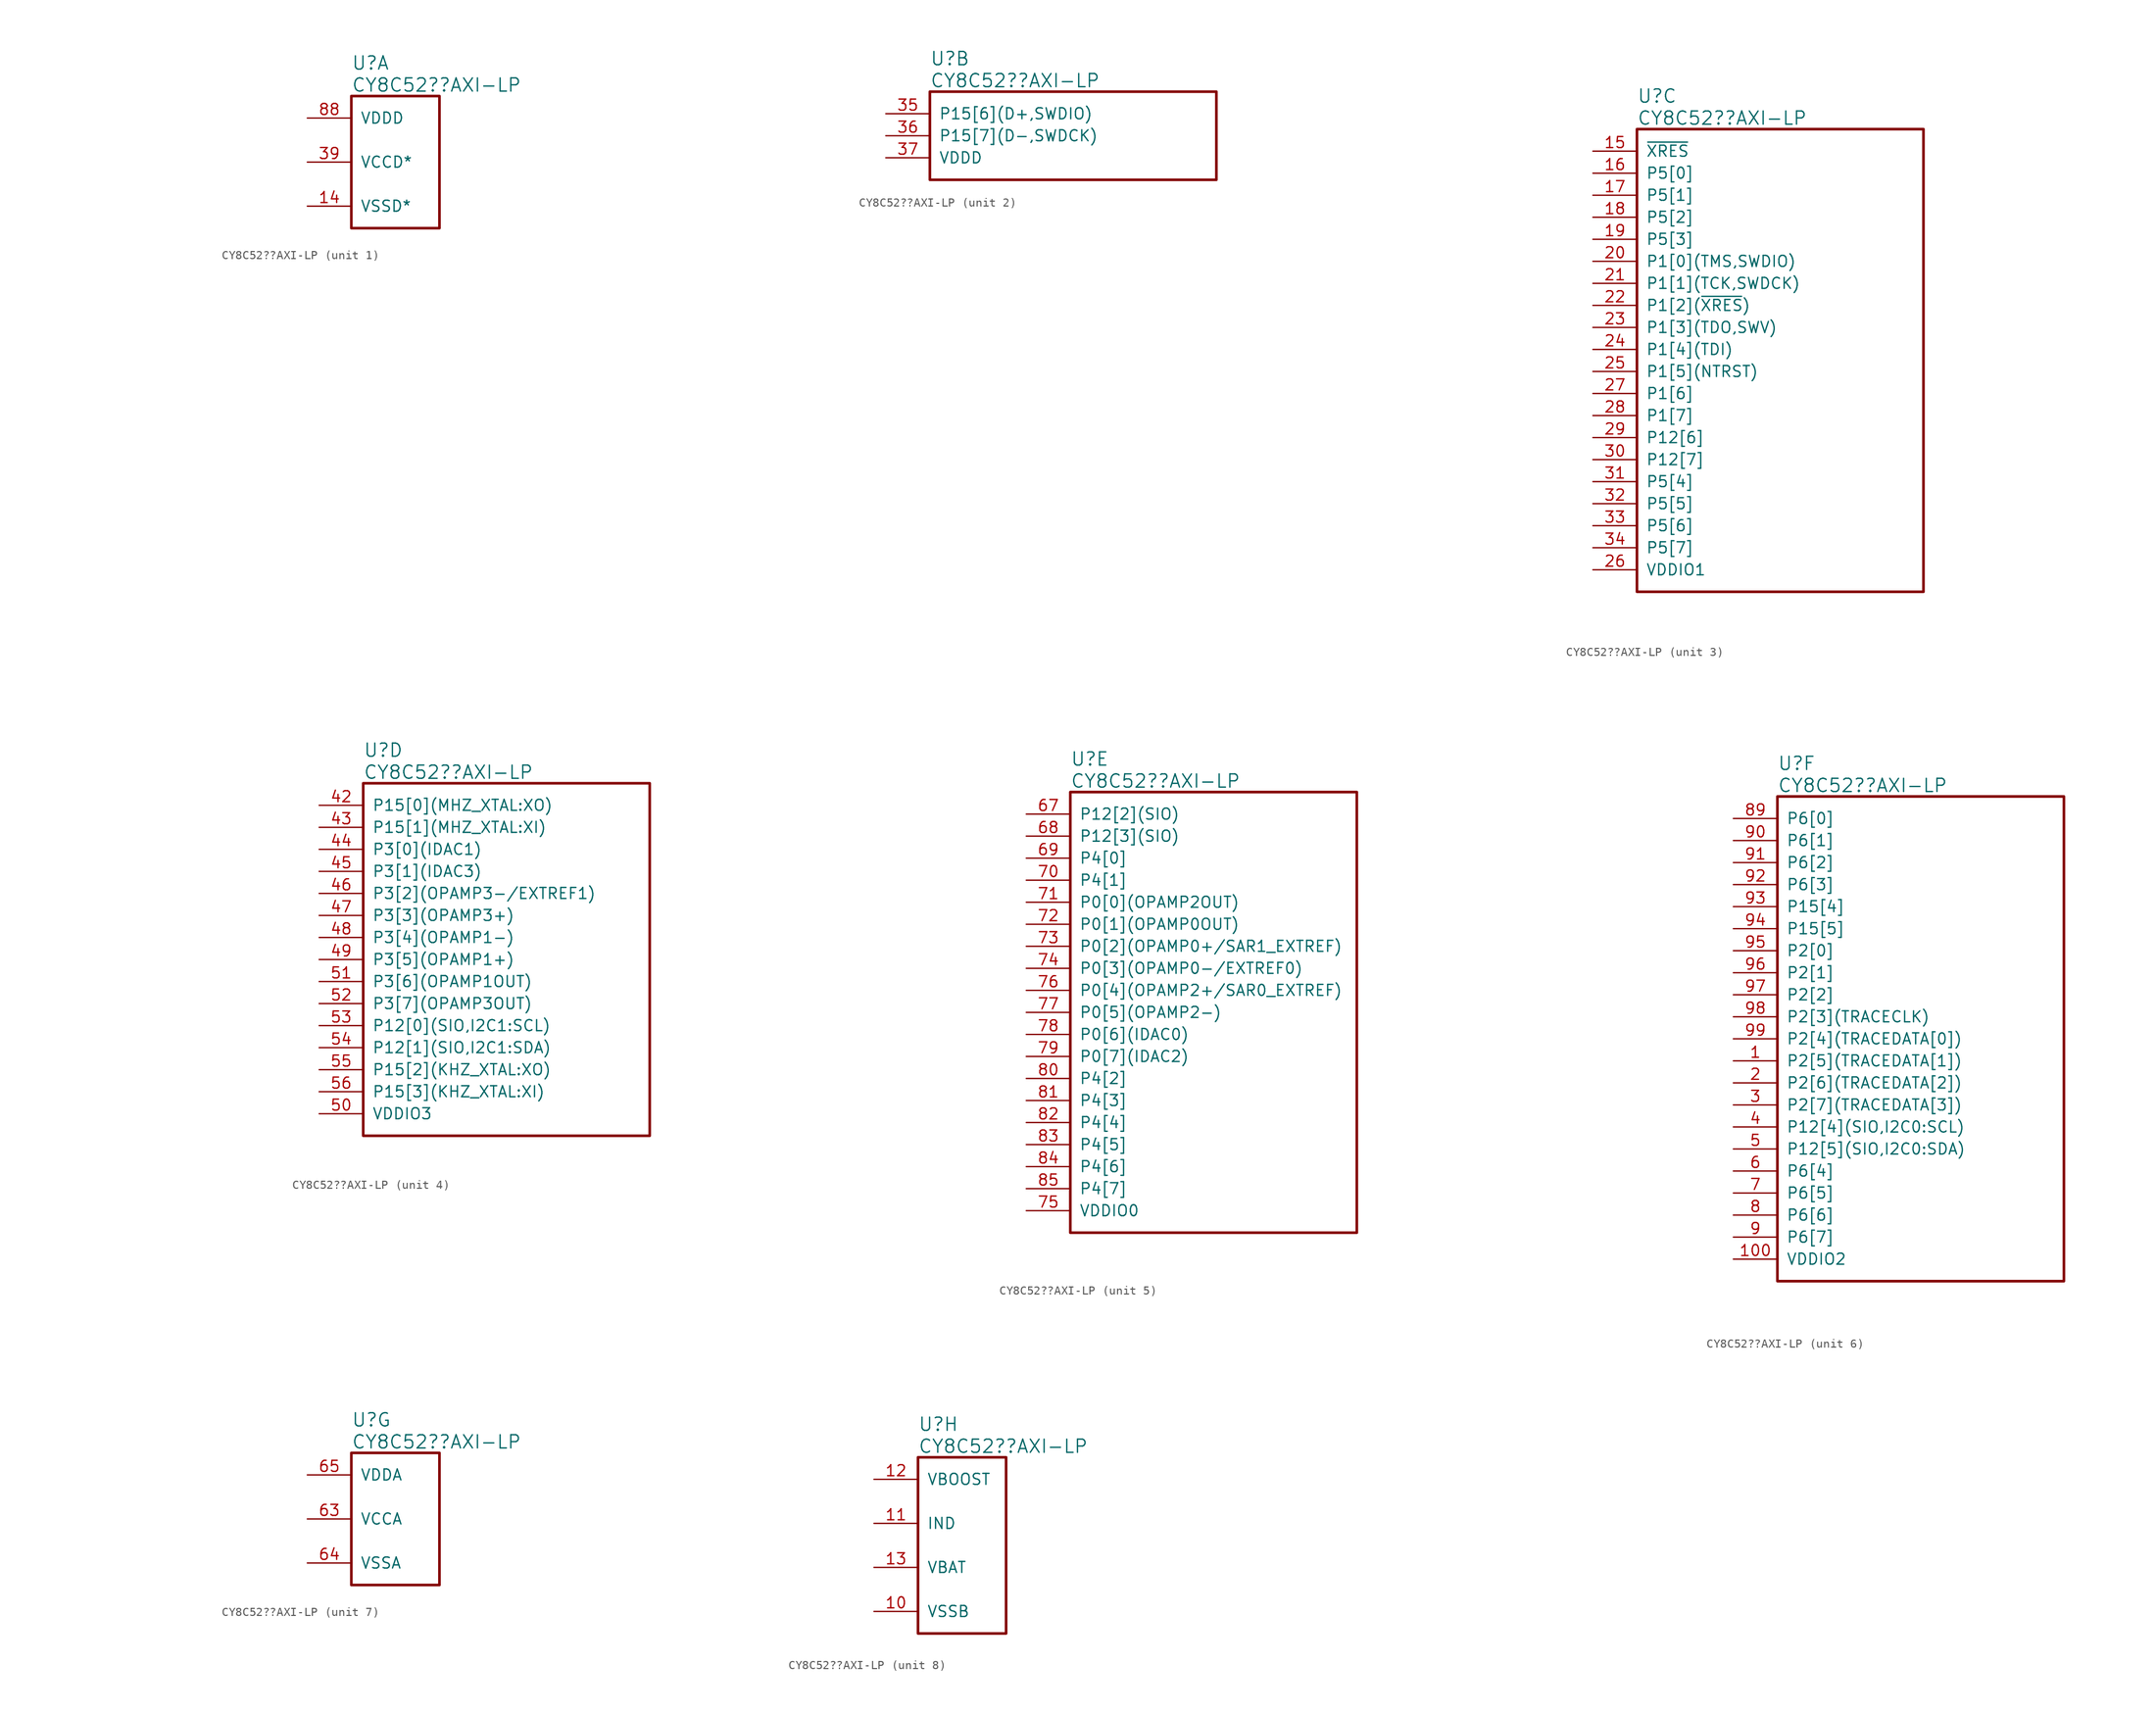
<source format=kicad_sym>
(kicad_symbol_lib
  (version 20241209)
  (generator "kicad_symbol_editor")
  (generator_version "9.0")
  (symbol "CY8C52??AXI-LP"
    (pin_names
      (offset 1.016))
    (property "Reference" "U"
      (at 5.08 6.35 0)
      (effects (font (size 1.524 1.524)) (justify left)))
    (property "Value" "CY8C52??AXI-LP"
      (at 5.08 3.81 0)
      (effects (font (size 1.524 1.524)) (justify left)))
    (property "Footprint" ""
      (at -26.035 -3.175 0)
      (effects (font (size 1.524 1.524))))
    (property "Datasheet" ""
      (at -26.035 -3.175 0)
      (effects (font (size 1.524 1.524))))
    (property "ki_locked" ""
      (at 0 0 0)
      (effects (font (size 1.27 1.27))))
    (symbol "CY8C52??AXI-LP_1_1"
      (rectangle (start 5.08 2.54) (end 15.24 -12.7) (stroke (width 0.305) (type solid)) (fill (type none)))
      (pin power_in line (at 0 0 0) (length 5.08) (name "VDDD" (effects (font (size 1.27 1.27)))) (number "88" (effects (font (size 1.27 1.27)))))
      (pin power_in line (at 0 -5.08 0) (length 5.08) (name "VCCD*" (effects (font (size 1.27 1.27)))) (number "39" (effects (font (size 1.27 1.27)))))
      (pin power_out line (at 0 -5.08 0) (length 5.08) (hide yes) (name "VCCD" (effects (font (size 1.27 1.27)))) (number "86" (effects (font (size 1.27 1.27)))))
      (pin power_in line (at 0 -10.16 0) (length 5.08) (name "VSSD*" (effects (font (size 1.27 1.27)))) (number "14" (effects (font (size 1.27 1.27)))))
      (pin power_in line (at 0 -10.16 0) (length 5.08) (hide yes) (name "VSSD" (effects (font (size 1.27 1.27)))) (number "38" (effects (font (size 1.27 1.27)))))
      (pin power_in line (at 0 -10.16 0) (length 5.08) (hide yes) (name "VSSD" (effects (font (size 1.27 1.27)))) (number "66" (effects (font (size 1.27 1.27)))))
      (pin power_in line (at 0 -10.16 0) (length 5.08) (hide yes) (name "VSSD" (effects (font (size 1.27 1.27)))) (number "87" (effects (font (size 1.27 1.27))))))
    (symbol "CY8C52??AXI-LP_2_1"
      (rectangle (start 5.08 2.54) (end 38.1 -7.62) (stroke (width 0.305) (type solid)) (fill (type none)))
      (pin bidirectional line (at 0 0 0) (length 5.08) (name "P15[6](D+,SWDIO)" (effects (font (size 1.27 1.27)))) (number "35" (effects (font (size 1.27 1.27)))))
      (pin bidirectional line (at 0 -2.54 0) (length 5.08) (name "P15[7](D-,SWDCK)" (effects (font (size 1.27 1.27)))) (number "36" (effects (font (size 1.27 1.27)))))
      (pin power_in line (at 0 -5.08 0) (length 5.08) (name "VDDD" (effects (font (size 1.27 1.27)))) (number "37" (effects (font (size 1.27 1.27))))))
    (symbol "CY8C52??AXI-LP_3_1"
      (rectangle (start 5.08 2.54) (end 38.1 -50.8) (stroke (width 0.305) (type solid)) (fill (type none)))
      (pin input line (at 0 0 0) (length 5.08) (name "~{XRES}" (effects (font (size 1.27 1.27)))) (number "15" (effects (font (size 1.27 1.27)))))
      (pin bidirectional line (at 0 -2.54 0) (length 5.08) (name "P5[0]" (effects (font (size 1.27 1.27)))) (number "16" (effects (font (size 1.27 1.27)))))
      (pin bidirectional line (at 0 -5.08 0) (length 5.08) (name "P5[1]" (effects (font (size 1.27 1.27)))) (number "17" (effects (font (size 1.27 1.27)))))
      (pin bidirectional line (at 0 -7.62 0) (length 5.08) (name "P5[2]" (effects (font (size 1.27 1.27)))) (number "18" (effects (font (size 1.27 1.27)))))
      (pin bidirectional line (at 0 -10.16 0) (length 5.08) (name "P5[3]" (effects (font (size 1.27 1.27)))) (number "19" (effects (font (size 1.27 1.27)))))
      (pin bidirectional line (at 0 -12.7 0) (length 5.08) (name "P1[0](TMS,SWDIO)" (effects (font (size 1.27 1.27)))) (number "20" (effects (font (size 1.27 1.27)))))
      (pin bidirectional line (at 0 -15.24 0) (length 5.08) (name "P1[1](TCK,SWDCK)" (effects (font (size 1.27 1.27)))) (number "21" (effects (font (size 1.27 1.27)))))
      (pin bidirectional line (at 0 -17.78 0) (length 5.08) (name "P1[2](~{XRES})" (effects (font (size 1.27 1.27)))) (number "22" (effects (font (size 1.27 1.27)))))
      (pin bidirectional line (at 0 -20.32 0) (length 5.08) (name "P1[3](TDO,SWV)" (effects (font (size 1.27 1.27)))) (number "23" (effects (font (size 1.27 1.27)))))
      (pin bidirectional line (at 0 -22.86 0) (length 5.08) (name "P1[4](TDI)" (effects (font (size 1.27 1.27)))) (number "24" (effects (font (size 1.27 1.27)))))
      (pin bidirectional line (at 0 -25.4 0) (length 5.08) (name "P1[5](NTRST)" (effects (font (size 1.27 1.27)))) (number "25" (effects (font (size 1.27 1.27)))))
      (pin bidirectional line (at 0 -27.94 0) (length 5.08) (name "P1[6]" (effects (font (size 1.27 1.27)))) (number "27" (effects (font (size 1.27 1.27)))))
      (pin bidirectional line (at 0 -30.48 0) (length 5.08) (name "P1[7]" (effects (font (size 1.27 1.27)))) (number "28" (effects (font (size 1.27 1.27)))))
      (pin bidirectional line (at 0 -33.02 0) (length 5.08) (name "P12[6]" (effects (font (size 1.27 1.27)))) (number "29" (effects (font (size 1.27 1.27)))))
      (pin bidirectional line (at 0 -35.56 0) (length 5.08) (name "P12[7]" (effects (font (size 1.27 1.27)))) (number "30" (effects (font (size 1.27 1.27)))))
      (pin bidirectional line (at 0 -38.1 0) (length 5.08) (name "P5[4]" (effects (font (size 1.27 1.27)))) (number "31" (effects (font (size 1.27 1.27)))))
      (pin bidirectional line (at 0 -40.64 0) (length 5.08) (name "P5[5]" (effects (font (size 1.27 1.27)))) (number "32" (effects (font (size 1.27 1.27)))))
      (pin bidirectional line (at 0 -43.18 0) (length 5.08) (name "P5[6]" (effects (font (size 1.27 1.27)))) (number "33" (effects (font (size 1.27 1.27)))))
      (pin bidirectional line (at 0 -45.72 0) (length 5.08) (name "P5[7]" (effects (font (size 1.27 1.27)))) (number "34" (effects (font (size 1.27 1.27)))))
      (pin power_in line (at 0 -48.26 0) (length 5.08) (name "VDDIO1" (effects (font (size 1.27 1.27)))) (number "26" (effects (font (size 1.27 1.27))))))
    (symbol "CY8C52??AXI-LP_4_1"
      (rectangle (start 5.08 2.54) (end 38.1 -38.1) (stroke (width 0.305) (type solid)) (fill (type none)))
      (pin bidirectional line (at 0 0 0) (length 5.08) (name "P15[0](MHZ_XTAL:XO)" (effects (font (size 1.27 1.27)))) (number "42" (effects (font (size 1.27 1.27)))))
      (pin bidirectional line (at 0 -2.54 0) (length 5.08) (name "P15[1](MHZ_XTAL:XI)" (effects (font (size 1.27 1.27)))) (number "43" (effects (font (size 1.27 1.27)))))
      (pin bidirectional line (at 0 -5.08 0) (length 5.08) (name "P3[0](IDAC1)" (effects (font (size 1.27 1.27)))) (number "44" (effects (font (size 1.27 1.27)))))
      (pin bidirectional line (at 0 -7.62 0) (length 5.08) (name "P3[1](IDAC3)" (effects (font (size 1.27 1.27)))) (number "45" (effects (font (size 1.27 1.27)))))
      (pin bidirectional line (at 0 -10.16 0) (length 5.08) (name "P3[2](OPAMP3-/EXTREF1)" (effects (font (size 1.27 1.27)))) (number "46" (effects (font (size 1.27 1.27)))))
      (pin bidirectional line (at 0 -12.7 0) (length 5.08) (name "P3[3](OPAMP3+)" (effects (font (size 1.27 1.27)))) (number "47" (effects (font (size 1.27 1.27)))))
      (pin bidirectional line (at 0 -15.24 0) (length 5.08) (name "P3[4](OPAMP1-)" (effects (font (size 1.27 1.27)))) (number "48" (effects (font (size 1.27 1.27)))))
      (pin bidirectional line (at 0 -17.78 0) (length 5.08) (name "P3[5](OPAMP1+)" (effects (font (size 1.27 1.27)))) (number "49" (effects (font (size 1.27 1.27)))))
      (pin bidirectional line (at 0 -20.32 0) (length 5.08) (name "P3[6](OPAMP1OUT)" (effects (font (size 1.27 1.27)))) (number "51" (effects (font (size 1.27 1.27)))))
      (pin bidirectional line (at 0 -22.86 0) (length 5.08) (name "P3[7](OPAMP3OUT)" (effects (font (size 1.27 1.27)))) (number "52" (effects (font (size 1.27 1.27)))))
      (pin bidirectional line (at 0 -25.4 0) (length 5.08) (name "P12[0](SIO,I2C1:SCL)" (effects (font (size 1.27 1.27)))) (number "53" (effects (font (size 1.27 1.27)))))
      (pin bidirectional line (at 0 -27.94 0) (length 5.08) (name "P12[1](SIO,I2C1:SDA)" (effects (font (size 1.27 1.27)))) (number "54" (effects (font (size 1.27 1.27)))))
      (pin bidirectional line (at 0 -30.48 0) (length 5.08) (name "P15[2](KHZ_XTAL:XO)" (effects (font (size 1.27 1.27)))) (number "55" (effects (font (size 1.27 1.27)))))
      (pin bidirectional line (at 0 -33.02 0) (length 5.08) (name "P15[3](KHZ_XTAL:XI)" (effects (font (size 1.27 1.27)))) (number "56" (effects (font (size 1.27 1.27)))))
      (pin power_in line (at 0 -35.56 0) (length 5.08) (name "VDDIO3" (effects (font (size 1.27 1.27)))) (number "50" (effects (font (size 1.27 1.27))))))
    (symbol "CY8C52??AXI-LP_5_1"
      (rectangle (start 5.08 2.54) (end 38.1 -48.26) (stroke (width 0.305) (type solid)) (fill (type none)))
      (pin bidirectional line (at 0 0 0) (length 5.08) (name "P12[2](SIO)" (effects (font (size 1.27 1.27)))) (number "67" (effects (font (size 1.27 1.27)))))
      (pin bidirectional line (at 0 -2.54 0) (length 5.08) (name "P12[3](SIO)" (effects (font (size 1.27 1.27)))) (number "68" (effects (font (size 1.27 1.27)))))
      (pin bidirectional line (at 0 -5.08 0) (length 5.08) (name "P4[0]" (effects (font (size 1.27 1.27)))) (number "69" (effects (font (size 1.27 1.27)))))
      (pin bidirectional line (at 0 -7.62 0) (length 5.08) (name "P4[1]" (effects (font (size 1.27 1.27)))) (number "70" (effects (font (size 1.27 1.27)))))
      (pin bidirectional line (at 0 -10.16 0) (length 5.08) (name "P0[0](OPAMP2OUT)" (effects (font (size 1.27 1.27)))) (number "71" (effects (font (size 1.27 1.27)))))
      (pin bidirectional line (at 0 -12.7 0) (length 5.08) (name "P0[1](OPAMP0OUT)" (effects (font (size 1.27 1.27)))) (number "72" (effects (font (size 1.27 1.27)))))
      (pin bidirectional line (at 0 -15.24 0) (length 5.08) (name "P0[2](OPAMP0+/SAR1_EXTREF)" (effects (font (size 1.27 1.27)))) (number "73" (effects (font (size 1.27 1.27)))))
      (pin bidirectional line (at 0 -17.78 0) (length 5.08) (name "P0[3](OPAMP0-/EXTREF0)" (effects (font (size 1.27 1.27)))) (number "74" (effects (font (size 1.27 1.27)))))
      (pin bidirectional line (at 0 -20.32 0) (length 5.08) (name "P0[4](OPAMP2+/SAR0_EXTREF)" (effects (font (size 1.27 1.27)))) (number "76" (effects (font (size 1.27 1.27)))))
      (pin bidirectional line (at 0 -22.86 0) (length 5.08) (name "P0[5](OPAMP2-)" (effects (font (size 1.27 1.27)))) (number "77" (effects (font (size 1.27 1.27)))))
      (pin bidirectional line (at 0 -25.4 0) (length 5.08) (name "P0[6](IDAC0)" (effects (font (size 1.27 1.27)))) (number "78" (effects (font (size 1.27 1.27)))))
      (pin bidirectional line (at 0 -27.94 0) (length 5.08) (name "P0[7](IDAC2)" (effects (font (size 1.27 1.27)))) (number "79" (effects (font (size 1.27 1.27)))))
      (pin bidirectional line (at 0 -30.48 0) (length 5.08) (name "P4[2]" (effects (font (size 1.27 1.27)))) (number "80" (effects (font (size 1.27 1.27)))))
      (pin bidirectional line (at 0 -33.02 0) (length 5.08) (name "P4[3]" (effects (font (size 1.27 1.27)))) (number "81" (effects (font (size 1.27 1.27)))))
      (pin bidirectional line (at 0 -35.56 0) (length 5.08) (name "P4[4]" (effects (font (size 1.27 1.27)))) (number "82" (effects (font (size 1.27 1.27)))))
      (pin bidirectional line (at 0 -38.1 0) (length 5.08) (name "P4[5]" (effects (font (size 1.27 1.27)))) (number "83" (effects (font (size 1.27 1.27)))))
      (pin bidirectional line (at 0 -40.64 0) (length 5.08) (name "P4[6]" (effects (font (size 1.27 1.27)))) (number "84" (effects (font (size 1.27 1.27)))))
      (pin bidirectional line (at 0 -43.18 0) (length 5.08) (name "P4[7]" (effects (font (size 1.27 1.27)))) (number "85" (effects (font (size 1.27 1.27)))))
      (pin power_in line (at 0 -45.72 0) (length 5.08) (name "VDDIO0" (effects (font (size 1.27 1.27)))) (number "75" (effects (font (size 1.27 1.27))))))
    (symbol "CY8C52??AXI-LP_6_1"
      (rectangle (start 5.08 2.54) (end 38.1 -53.34) (stroke (width 0.305) (type solid)) (fill (type none)))
      (pin bidirectional line (at 0 0 0) (length 5.08) (name "P6[0]" (effects (font (size 1.27 1.27)))) (number "89" (effects (font (size 1.27 1.27)))))
      (pin bidirectional line (at 0 -2.54 0) (length 5.08) (name "P6[1]" (effects (font (size 1.27 1.27)))) (number "90" (effects (font (size 1.27 1.27)))))
      (pin bidirectional line (at 0 -5.08 0) (length 5.08) (name "P6[2]" (effects (font (size 1.27 1.27)))) (number "91" (effects (font (size 1.27 1.27)))))
      (pin bidirectional line (at 0 -7.62 0) (length 5.08) (name "P6[3]" (effects (font (size 1.27 1.27)))) (number "92" (effects (font (size 1.27 1.27)))))
      (pin bidirectional line (at 0 -10.16 0) (length 5.08) (name "P15[4]" (effects (font (size 1.27 1.27)))) (number "93" (effects (font (size 1.27 1.27)))))
      (pin bidirectional line (at 0 -12.7 0) (length 5.08) (name "P15[5]" (effects (font (size 1.27 1.27)))) (number "94" (effects (font (size 1.27 1.27)))))
      (pin bidirectional line (at 0 -15.24 0) (length 5.08) (name "P2[0]" (effects (font (size 1.27 1.27)))) (number "95" (effects (font (size 1.27 1.27)))))
      (pin bidirectional line (at 0 -17.78 0) (length 5.08) (name "P2[1]" (effects (font (size 1.27 1.27)))) (number "96" (effects (font (size 1.27 1.27)))))
      (pin bidirectional line (at 0 -20.32 0) (length 5.08) (name "P2[2]" (effects (font (size 1.27 1.27)))) (number "97" (effects (font (size 1.27 1.27)))))
      (pin bidirectional line (at 0 -22.86 0) (length 5.08) (name "P2[3](TRACECLK)" (effects (font (size 1.27 1.27)))) (number "98" (effects (font (size 1.27 1.27)))))
      (pin bidirectional line (at 0 -25.4 0) (length 5.08) (name "P2[4](TRACEDATA[0])" (effects (font (size 1.27 1.27)))) (number "99" (effects (font (size 1.27 1.27)))))
      (pin bidirectional line (at 0 -27.94 0) (length 5.08) (name "P2[5](TRACEDATA[1])" (effects (font (size 1.27 1.27)))) (number "1" (effects (font (size 1.27 1.27)))))
      (pin bidirectional line (at 0 -30.48 0) (length 5.08) (name "P2[6](TRACEDATA[2])" (effects (font (size 1.27 1.27)))) (number "2" (effects (font (size 1.27 1.27)))))
      (pin bidirectional line (at 0 -33.02 0) (length 5.08) (name "P2[7](TRACEDATA[3])" (effects (font (size 1.27 1.27)))) (number "3" (effects (font (size 1.27 1.27)))))
      (pin bidirectional line (at 0 -35.56 0) (length 5.08) (name "P12[4](SIO,I2C0:SCL)" (effects (font (size 1.27 1.27)))) (number "4" (effects (font (size 1.27 1.27)))))
      (pin bidirectional line (at 0 -38.1 0) (length 5.08) (name "P12[5](SIO,I2C0:SDA)" (effects (font (size 1.27 1.27)))) (number "5" (effects (font (size 1.27 1.27)))))
      (pin bidirectional line (at 0 -40.64 0) (length 5.08) (name "P6[4]" (effects (font (size 1.27 1.27)))) (number "6" (effects (font (size 1.27 1.27)))))
      (pin bidirectional line (at 0 -43.18 0) (length 5.08) (name "P6[5]" (effects (font (size 1.27 1.27)))) (number "7" (effects (font (size 1.27 1.27)))))
      (pin bidirectional line (at 0 -45.72 0) (length 5.08) (name "P6[6]" (effects (font (size 1.27 1.27)))) (number "8" (effects (font (size 1.27 1.27)))))
      (pin bidirectional line (at 0 -48.26 0) (length 5.08) (name "P6[7]" (effects (font (size 1.27 1.27)))) (number "9" (effects (font (size 1.27 1.27)))))
      (pin power_in line (at 0 -50.8 0) (length 5.08) (name "VDDIO2" (effects (font (size 1.27 1.27)))) (number "100" (effects (font (size 1.27 1.27))))))
    (symbol "CY8C52??AXI-LP_7_1"
      (rectangle (start 5.08 2.54) (end 15.24 -12.7) (stroke (width 0.305) (type solid)) (fill (type none)))
      (pin power_in line (at 0 0 0) (length 5.08) (name "VDDA" (effects (font (size 1.27 1.27)))) (number "65" (effects (font (size 1.27 1.27)))))
      (pin power_out line (at 0 -5.08 0) (length 5.08) (name "VCCA" (effects (font (size 1.27 1.27)))) (number "63" (effects (font (size 1.27 1.27)))))
      (pin power_in line (at 0 -10.16 0) (length 5.08) (name "VSSA" (effects (font (size 1.27 1.27)))) (number "64" (effects (font (size 1.27 1.27))))))
    (symbol "CY8C52??AXI-LP_8_1"
      (rectangle (start 5.08 2.54) (end 15.24 -17.78) (stroke (width 0.305) (type solid)) (fill (type none)))
      (pin input line (at 0 0 0) (length 5.08) (name "VBOOST" (effects (font (size 1.27 1.27)))) (number "12" (effects (font (size 1.27 1.27)))))
      (pin passive line (at 0 -5.08 0) (length 5.08) (name "IND" (effects (font (size 1.27 1.27)))) (number "11" (effects (font (size 1.27 1.27)))))
      (pin power_in line (at 0 -10.16 0) (length 5.08) (name "VBAT" (effects (font (size 1.27 1.27)))) (number "13" (effects (font (size 1.27 1.27)))))
      (pin power_in line (at 0 -15.24 0) (length 5.08) (name "VSSB" (effects (font (size 1.27 1.27)))) (number "10" (effects (font (size 1.27 1.27))))))))
</source>
